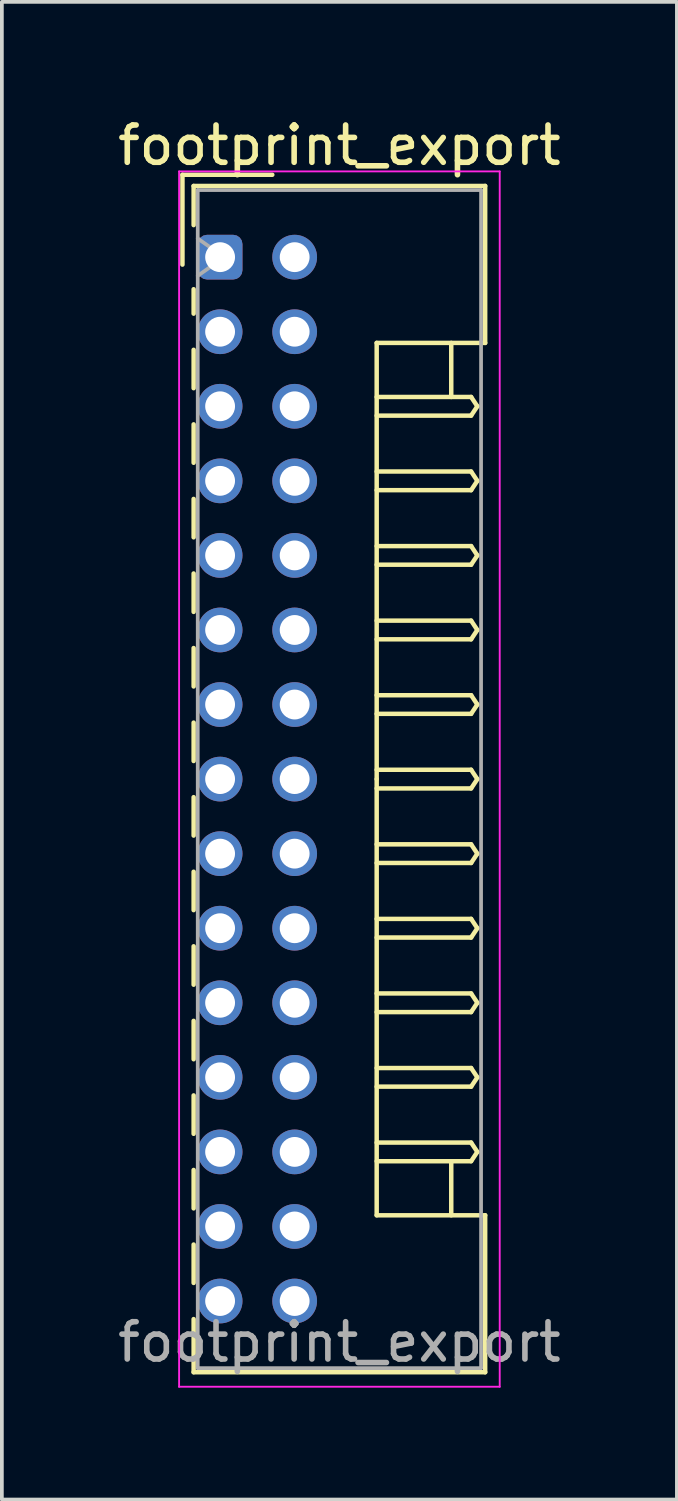
<source format=kicad_pcb>
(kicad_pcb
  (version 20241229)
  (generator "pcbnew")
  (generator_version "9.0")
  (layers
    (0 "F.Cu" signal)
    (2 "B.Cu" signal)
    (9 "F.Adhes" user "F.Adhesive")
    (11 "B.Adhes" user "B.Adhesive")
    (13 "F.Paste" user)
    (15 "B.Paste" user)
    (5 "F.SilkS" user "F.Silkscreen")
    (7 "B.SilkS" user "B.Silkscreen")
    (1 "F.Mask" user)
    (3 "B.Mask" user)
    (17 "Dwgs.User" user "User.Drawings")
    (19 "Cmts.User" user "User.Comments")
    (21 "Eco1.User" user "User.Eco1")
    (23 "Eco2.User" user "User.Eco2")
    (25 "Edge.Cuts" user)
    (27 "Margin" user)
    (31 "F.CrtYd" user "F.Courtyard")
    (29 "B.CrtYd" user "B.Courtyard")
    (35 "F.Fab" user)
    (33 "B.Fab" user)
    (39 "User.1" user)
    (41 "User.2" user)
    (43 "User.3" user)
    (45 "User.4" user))
  (footprint "footprint_export"
    (layer "F.Cu")
    (at 2.854 3.848)
    (property "Reference" "footprint_export" (at 3.2 -3 0) (layer "F.SilkS") (effects (font (size 1 1) (thickness 0.15))))
    (attr through_hole)
    (fp_line (start -1.01 -2.21) (end -1.01 0.2) (stroke (width 0.12) (type solid)) (layer "F.SilkS"))
    (fp_line (start -0.71 -1.91) (end -0.71 -0.86) (stroke (width 0.12) (type solid)) (layer "F.SilkS"))
    (fp_line (start -0.71 -1.91) (end 7.11 -1.91) (stroke (width 0.12) (type solid)) (layer "F.SilkS"))
    (fp_line (start -0.71 0.86) (end -0.71 1.515) (stroke (width 0.12) (type solid)) (layer "F.SilkS"))
    (fp_line (start -0.71 2.485) (end -0.71 3.515) (stroke (width 0.12) (type solid)) (layer "F.SilkS"))
    (fp_line (start -0.71 4.485) (end -0.71 5.515) (stroke (width 0.12) (type solid)) (layer "F.SilkS"))
    (fp_line (start -0.71 6.485) (end -0.71 7.515) (stroke (width 0.12) (type solid)) (layer "F.SilkS"))
    (fp_line (start -0.71 8.485) (end -0.71 9.515) (stroke (width 0.12) (type solid)) (layer "F.SilkS"))
    (fp_line (start -0.71 10.485) (end -0.71 11.515) (stroke (width 0.12) (type solid)) (layer "F.SilkS"))
    (fp_line (start -0.71 12.485) (end -0.71 13.515) (stroke (width 0.12) (type solid)) (layer "F.SilkS"))
    (fp_line (start -0.71 14.485) (end -0.71 15.515) (stroke (width 0.12) (type solid)) (layer "F.SilkS"))
    (fp_line (start -0.71 16.485) (end -0.71 17.515) (stroke (width 0.12) (type solid)) (layer "F.SilkS"))
    (fp_line (start -0.71 18.485) (end -0.71 19.515) (stroke (width 0.12) (type solid)) (layer "F.SilkS"))
    (fp_line (start -0.71 20.485) (end -0.71 21.515) (stroke (width 0.12) (type solid)) (layer "F.SilkS"))
    (fp_line (start -0.71 22.485) (end -0.71 23.515) (stroke (width 0.12) (type solid)) (layer "F.SilkS"))
    (fp_line (start -0.71 24.485) (end -0.71 25.515) (stroke (width 0.12) (type solid)) (layer "F.SilkS"))
    (fp_line (start -0.71 26.485) (end -0.71 27.515) (stroke (width 0.12) (type solid)) (layer "F.SilkS"))
    (fp_line (start -0.71 28.485) (end -0.71 29.91) (stroke (width 0.12) (type solid)) (layer "F.SilkS"))
    (fp_line (start -0.71 29.91) (end 7.11 29.91) (stroke (width 0.12) (type solid)) (layer "F.SilkS"))
    (fp_line (start 1.4 -2.21) (end -1.01 -2.21) (stroke (width 0.12) (type solid)) (layer "F.SilkS"))
    (fp_line (start 4.2 2.3) (end 4.2 14) (stroke (width 0.12) (type solid)) (layer "F.SilkS"))
    (fp_line (start 4.2 3.75) (end 6.733 3.75) (stroke (width 0.12) (type solid)) (layer "F.SilkS"))
    (fp_line (start 4.2 5.75) (end 6.733 5.75) (stroke (width 0.12) (type solid)) (layer "F.SilkS"))
    (fp_line (start 4.2 7.75) (end 6.733 7.75) (stroke (width 0.12) (type solid)) (layer "F.SilkS"))
    (fp_line (start 4.2 9.75) (end 6.733 9.75) (stroke (width 0.12) (type solid)) (layer "F.SilkS"))
    (fp_line (start 4.2 11.75) (end 6.733 11.75) (stroke (width 0.12) (type solid)) (layer "F.SilkS"))
    (fp_line (start 4.2 13.75) (end 6.733 13.75) (stroke (width 0.12) (type solid)) (layer "F.SilkS"))
    (fp_line (start 4.2 15.75) (end 6.733 15.75) (stroke (width 0.12) (type solid)) (layer "F.SilkS"))
    (fp_line (start 4.2 17.75) (end 6.733 17.75) (stroke (width 0.12) (type solid)) (layer "F.SilkS"))
    (fp_line (start 4.2 19.75) (end 6.733 19.75) (stroke (width 0.12) (type solid)) (layer "F.SilkS"))
    (fp_line (start 4.2 21.75) (end 6.733 21.75) (stroke (width 0.12) (type solid)) (layer "F.SilkS"))
    (fp_line (start 4.2 23.75) (end 6.733 23.75) (stroke (width 0.12) (type solid)) (layer "F.SilkS"))
    (fp_line (start 4.2 25.7) (end 4.2 14) (stroke (width 0.12) (type solid)) (layer "F.SilkS"))
    (fp_line (start 6.2 2.3) (end 6.2 3.75) (stroke (width 0.12) (type solid)) (layer "F.SilkS"))
    (fp_line (start 6.2 25.7) (end 6.2 24.25) (stroke (width 0.12) (type solid)) (layer "F.SilkS"))
    (fp_line (start 6.733 3.75) (end 6.9 4) (stroke (width 0.12) (type solid)) (layer "F.SilkS"))
    (fp_line (start 6.733 4.25) (end 4.2 4.25) (stroke (width 0.12) (type solid)) (layer "F.SilkS"))
    (fp_line (start 6.733 5.75) (end 6.9 6) (stroke (width 0.12) (type solid)) (layer "F.SilkS"))
    (fp_line (start 6.733 6.25) (end 4.2 6.25) (stroke (width 0.12) (type solid)) (layer "F.SilkS"))
    (fp_line (start 6.733 7.75) (end 6.9 8) (stroke (width 0.12) (type solid)) (layer "F.SilkS"))
    (fp_line (start 6.733 8.25) (end 4.2 8.25) (stroke (width 0.12) (type solid)) (layer "F.SilkS"))
    (fp_line (start 6.733 9.75) (end 6.9 10) (stroke (width 0.12) (type solid)) (layer "F.SilkS"))
    (fp_line (start 6.733 10.25) (end 4.2 10.25) (stroke (width 0.12) (type solid)) (layer "F.SilkS"))
    (fp_line (start 6.733 11.75) (end 6.9 12) (stroke (width 0.12) (type solid)) (layer "F.SilkS"))
    (fp_line (start 6.733 12.25) (end 4.2 12.25) (stroke (width 0.12) (type solid)) (layer "F.SilkS"))
    (fp_line (start 6.733 13.75) (end 6.9 14) (stroke (width 0.12) (type solid)) (layer "F.SilkS"))
    (fp_line (start 6.733 14.25) (end 4.2 14.25) (stroke (width 0.12) (type solid)) (layer "F.SilkS"))
    (fp_line (start 6.733 15.75) (end 6.9 16) (stroke (width 0.12) (type solid)) (layer "F.SilkS"))
    (fp_line (start 6.733 16.25) (end 4.2 16.25) (stroke (width 0.12) (type solid)) (layer "F.SilkS"))
    (fp_line (start 6.733 17.75) (end 6.9 18) (stroke (width 0.12) (type solid)) (layer "F.SilkS"))
    (fp_line (start 6.733 18.25) (end 4.2 18.25) (stroke (width 0.12) (type solid)) (layer "F.SilkS"))
    (fp_line (start 6.733 19.75) (end 6.9 20) (stroke (width 0.12) (type solid)) (layer "F.SilkS"))
    (fp_line (start 6.733 20.25) (end 4.2 20.25) (stroke (width 0.12) (type solid)) (layer "F.SilkS"))
    (fp_line (start 6.733 21.75) (end 6.9 22) (stroke (width 0.12) (type solid)) (layer "F.SilkS"))
    (fp_line (start 6.733 22.25) (end 4.2 22.25) (stroke (width 0.12) (type solid)) (layer "F.SilkS"))
    (fp_line (start 6.733 23.75) (end 6.9 24) (stroke (width 0.12) (type solid)) (layer "F.SilkS"))
    (fp_line (start 6.733 24.25) (end 4.2 24.25) (stroke (width 0.12) (type solid)) (layer "F.SilkS"))
    (fp_line (start 6.9 4) (end 6.733 4.25) (stroke (width 0.12) (type solid)) (layer "F.SilkS"))
    (fp_line (start 6.9 6) (end 6.733 6.25) (stroke (width 0.12) (type solid)) (layer "F.SilkS"))
    (fp_line (start 6.9 8) (end 6.733 8.25) (stroke (width 0.12) (type solid)) (layer "F.SilkS"))
    (fp_line (start 6.9 10) (end 6.733 10.25) (stroke (width 0.12) (type solid)) (layer "F.SilkS"))
    (fp_line (start 6.9 12) (end 6.733 12.25) (stroke (width 0.12) (type solid)) (layer "F.SilkS"))
    (fp_line (start 6.9 14) (end 6.733 14.25) (stroke (width 0.12) (type solid)) (layer "F.SilkS"))
    (fp_line (start 6.9 16) (end 6.733 16.25) (stroke (width 0.12) (type solid)) (layer "F.SilkS"))
    (fp_line (start 6.9 18) (end 6.733 18.25) (stroke (width 0.12) (type solid)) (layer "F.SilkS"))
    (fp_line (start 6.9 20) (end 6.733 20.25) (stroke (width 0.12) (type solid)) (layer "F.SilkS"))
    (fp_line (start 6.9 22) (end 6.733 22.25) (stroke (width 0.12) (type solid)) (layer "F.SilkS"))
    (fp_line (start 6.9 24) (end 6.733 24.25) (stroke (width 0.12) (type solid)) (layer "F.SilkS"))
    (fp_line (start 7.11 -1.91) (end 7.11 2.3) (stroke (width 0.12) (type solid)) (layer "F.SilkS"))
    (fp_line (start 7.11 2.3) (end 4.2 2.3) (stroke (width 0.12) (type solid)) (layer "F.SilkS"))
    (fp_line (start 7.11 25.7) (end 4.2 25.7) (stroke (width 0.12) (type solid)) (layer "F.SilkS"))
    (fp_line (start 7.11 29.91) (end 7.11 25.7) (stroke (width 0.12) (type solid)) (layer "F.SilkS"))
    (fp_line (start -1.1 -2.3) (end -1.1 30.3) (stroke (width 0.05) (type solid)) (layer "F.CrtYd"))
    (fp_line (start -1.1 30.3) (end 7.5 30.3) (stroke (width 0.05) (type solid)) (layer "F.CrtYd"))
    (fp_line (start 7.5 -2.3) (end -1.1 -2.3) (stroke (width 0.05) (type solid)) (layer "F.CrtYd"))
    (fp_line (start 7.5 30.3) (end 7.5 -2.3) (stroke (width 0.05) (type solid)) (layer "F.CrtYd"))
    (fp_line (start -0.6 -1.8) (end -0.6 29.8) (stroke (width 0.1) (type solid)) (layer "F.Fab"))
    (fp_line (start -0.6 0.5) (end 0.107 0) (stroke (width 0.1) (type solid)) (layer "F.Fab"))
    (fp_line (start -0.6 29.8) (end 7 29.8) (stroke (width 0.1) (type solid)) (layer "F.Fab"))
    (fp_line (start 0.107 0) (end -0.6 -0.5) (stroke (width 0.1) (type solid)) (layer "F.Fab"))
    (fp_line (start 7 -1.8) (end -0.6 -1.8) (stroke (width 0.1) (type solid)) (layer "F.Fab"))
    (fp_line (start 7 29.8) (end 7 -1.8) (stroke (width 0.1) (type solid)) (layer "F.Fab"))
    (fp_text user "${REFERENCE}" (at 3.2 29.1 0) (layer "F.Fab") (effects (font (size 1 1) (thickness 0.15))))
    (pad "a1" thru_hole roundrect (at 0 0) (size 1.2 1.2) (drill 0.8) (layers "*.Cu" "*.Mask") (roundrect_rratio 0.208))
    (pad "a2" thru_hole circle (at 0 2) (size 1.2 1.2) (drill 0.8) (layers "*.Cu" "*.Mask"))
    (pad "a3" thru_hole circle (at 0 4) (size 1.2 1.2) (drill 0.8) (layers "*.Cu" "*.Mask"))
    (pad "a4" thru_hole circle (at 0 6) (size 1.2 1.2) (drill 0.8) (layers "*.Cu" "*.Mask"))
    (pad "a5" thru_hole circle (at 0 8) (size 1.2 1.2) (drill 0.8) (layers "*.Cu" "*.Mask"))
    (pad "a6" thru_hole circle (at 0 10) (size 1.2 1.2) (drill 0.8) (layers "*.Cu" "*.Mask"))
    (pad "a7" thru_hole circle (at 0 12) (size 1.2 1.2) (drill 0.8) (layers "*.Cu" "*.Mask"))
    (pad "a8" thru_hole circle (at 0 14) (size 1.2 1.2) (drill 0.8) (layers "*.Cu" "*.Mask"))
    (pad "a9" thru_hole circle (at 0 16) (size 1.2 1.2) (drill 0.8) (layers "*.Cu" "*.Mask"))
    (pad "a10" thru_hole circle (at 0 18) (size 1.2 1.2) (drill 0.8) (layers "*.Cu" "*.Mask"))
    (pad "a11" thru_hole circle (at 0 20) (size 1.2 1.2) (drill 0.8) (layers "*.Cu" "*.Mask"))
    (pad "a12" thru_hole circle (at 0 22) (size 1.2 1.2) (drill 0.8) (layers "*.Cu" "*.Mask"))
    (pad "a13" thru_hole circle (at 0 24) (size 1.2 1.2) (drill 0.8) (layers "*.Cu" "*.Mask"))
    (pad "a14" thru_hole circle (at 0 26) (size 1.2 1.2) (drill 0.8) (layers "*.Cu" "*.Mask"))
    (pad "a15" thru_hole circle (at 0 28) (size 1.2 1.2) (drill 0.8) (layers "*.Cu" "*.Mask"))
    (pad "b1" thru_hole circle (at 2 0) (size 1.2 1.2) (drill 0.8) (layers "*.Cu" "*.Mask"))
    (pad "b2" thru_hole circle (at 2 2) (size 1.2 1.2) (drill 0.8) (layers "*.Cu" "*.Mask"))
    (pad "b3" thru_hole circle (at 2 4) (size 1.2 1.2) (drill 0.8) (layers "*.Cu" "*.Mask"))
    (pad "b4" thru_hole circle (at 2 6) (size 1.2 1.2) (drill 0.8) (layers "*.Cu" "*.Mask"))
    (pad "b5" thru_hole circle (at 2 8) (size 1.2 1.2) (drill 0.8) (layers "*.Cu" "*.Mask"))
    (pad "b6" thru_hole circle (at 2 10) (size 1.2 1.2) (drill 0.8) (layers "*.Cu" "*.Mask"))
    (pad "b7" thru_hole circle (at 2 12) (size 1.2 1.2) (drill 0.8) (layers "*.Cu" "*.Mask"))
    (pad "b8" thru_hole circle (at 2 14) (size 1.2 1.2) (drill 0.8) (layers "*.Cu" "*.Mask"))
    (pad "b9" thru_hole circle (at 2 16) (size 1.2 1.2) (drill 0.8) (layers "*.Cu" "*.Mask"))
    (pad "b10" thru_hole circle (at 2 18) (size 1.2 1.2) (drill 0.8) (layers "*.Cu" "*.Mask"))
    (pad "b11" thru_hole circle (at 2 20) (size 1.2 1.2) (drill 0.8) (layers "*.Cu" "*.Mask"))
    (pad "b12" thru_hole circle (at 2 22) (size 1.2 1.2) (drill 0.8) (layers "*.Cu" "*.Mask"))
    (pad "b13" thru_hole circle (at 2 24) (size 1.2 1.2) (drill 0.8) (layers "*.Cu" "*.Mask"))
    (pad "b14" thru_hole circle (at 2 26) (size 1.2 1.2) (drill 0.8) (layers "*.Cu" "*.Mask"))
    (pad "b15" thru_hole circle (at 2 28) (size 1.2 1.2) (drill 0.8) (layers "*.Cu" "*.Mask")))
  (gr_rect
    (start -3 -3)
    (end 15.107 37.173)
    (stroke (width 0.1) (type default))
    (fill no)
    (layer "Edge.Cuts")))
</source>
